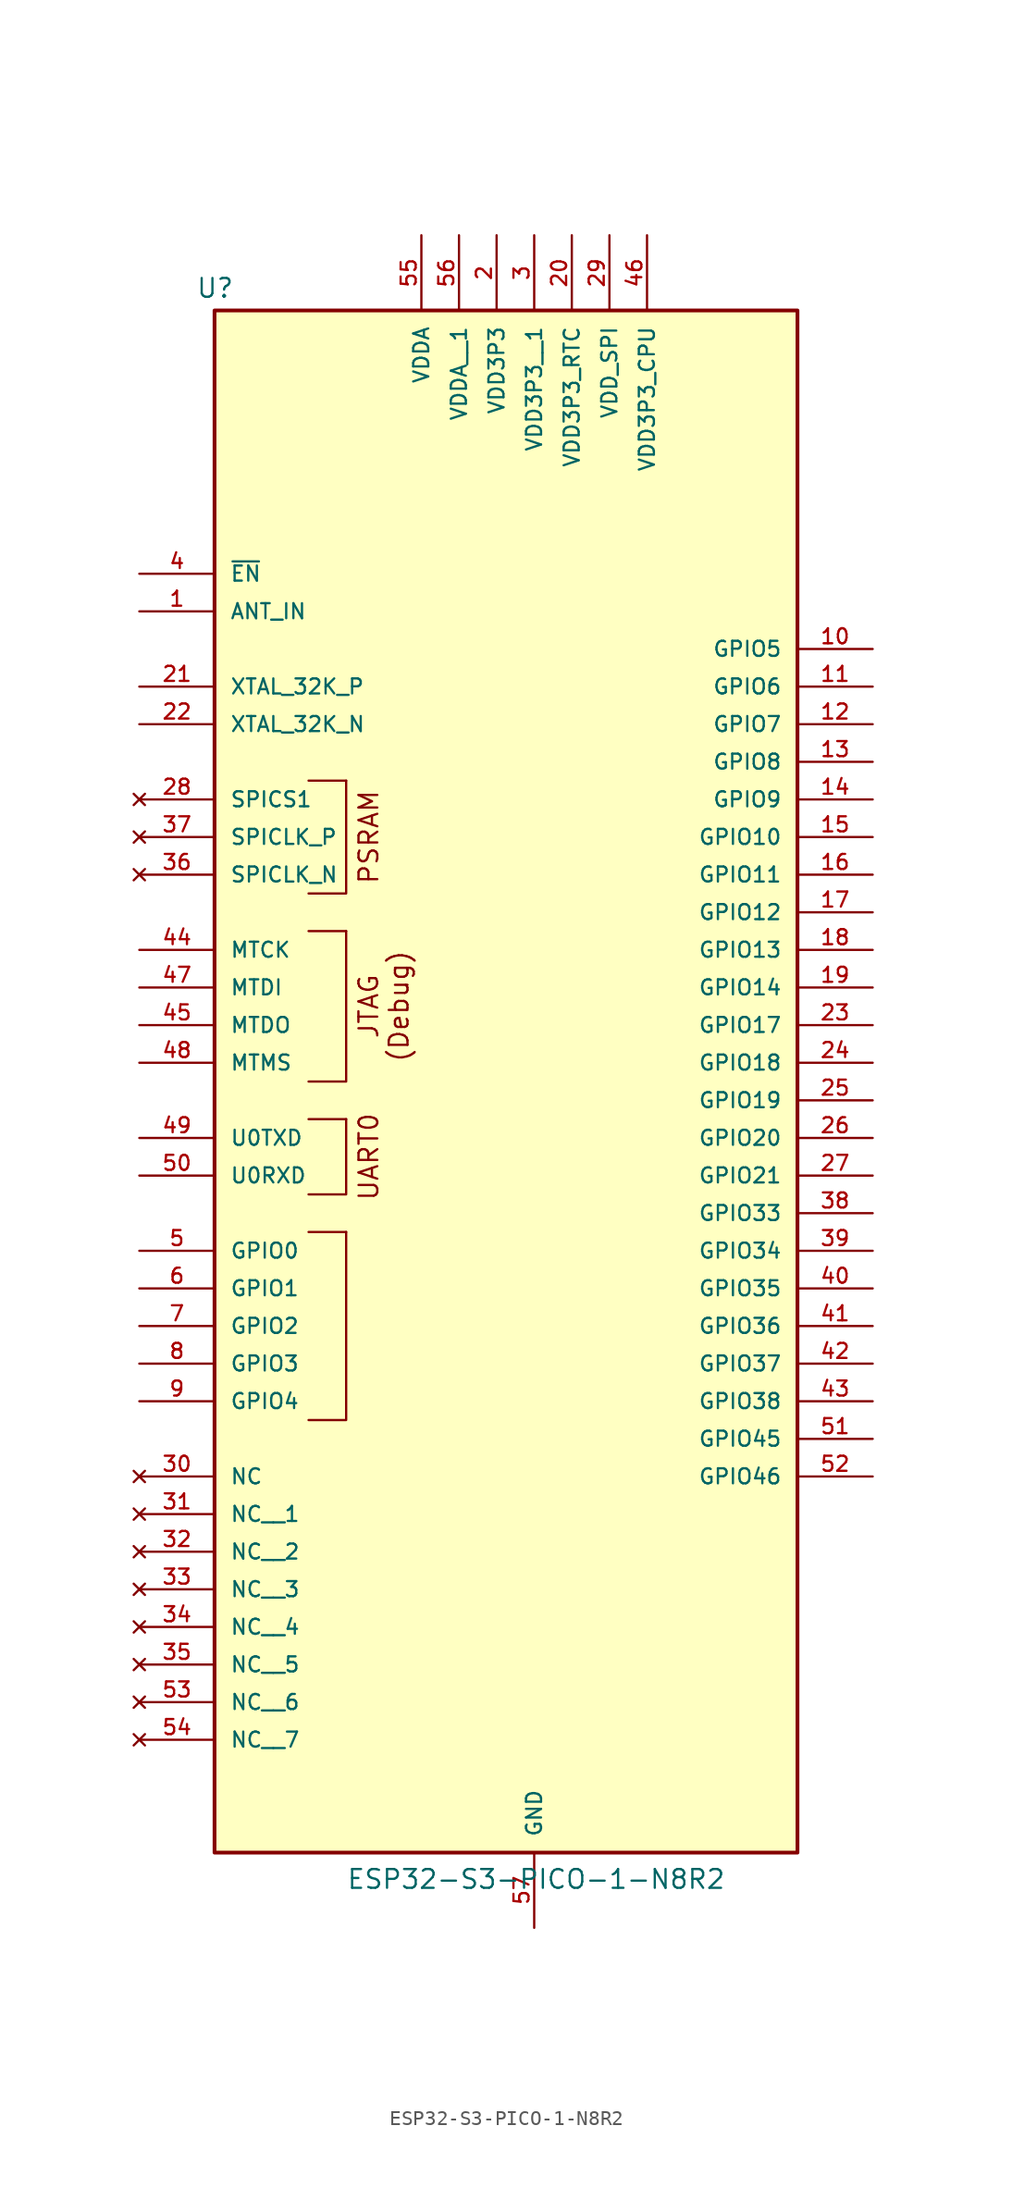
<source format=kicad_sym>
(kicad_symbol_lib
  (version 20231120)
  (generator "kicad_symbol_editor")
  (generator_version "8.0")
  (symbol "ESP32-S3-PICO-1-N8R2"
    (pin_names
      (offset 1.016))
    (property "Reference" "U"
      (at -22.86 43.942 0)
      (effects (font (size 1.27 1.27)) (justify left bottom)))
    (property "Value" "ESP32-S3-PICO-1-N8R2"
      (at -12.7 -63.5 0)
      (effects (font (size 1.27 1.27)) (justify left bottom)))
    (symbol "ESP32-S3-PICO-1-N8R2_0_0"
      (rectangle (start -21.59 43.18) (end 17.78 -60.96) (stroke (width 0.254) (type default)) (fill (type background)))
      (pin bidirectional line (at 22.86 20.32 180) (length 5.08) (name "GPIO5" (effects (font (size 1.016 1.016)))) (number "10" (effects (font (size 1.016 1.016)))))
      (pin bidirectional line (at 22.86 17.78 180) (length 5.08) (name "GPIO6" (effects (font (size 1.016 1.016)))) (number "11" (effects (font (size 1.016 1.016)))))
      (pin bidirectional line (at 22.86 15.24 180) (length 5.08) (name "GPIO7" (effects (font (size 1.016 1.016)))) (number "12" (effects (font (size 1.016 1.016)))))
      (pin bidirectional line (at 22.86 12.7 180) (length 5.08) (name "GPIO8" (effects (font (size 1.016 1.016)))) (number "13" (effects (font (size 1.016 1.016)))))
      (pin bidirectional line (at 22.86 10.16 180) (length 5.08) (name "GPIO9" (effects (font (size 1.016 1.016)))) (number "14" (effects (font (size 1.016 1.016)))))
      (pin bidirectional line (at 22.86 7.62 180) (length 5.08) (name "GPIO10" (effects (font (size 1.016 1.016)))) (number "15" (effects (font (size 1.016 1.016)))))
      (pin bidirectional line (at 22.86 5.08 180) (length 5.08) (name "GPIO11" (effects (font (size 1.016 1.016)))) (number "16" (effects (font (size 1.016 1.016)))))
      (pin bidirectional line (at 22.86 2.54 180) (length 5.08) (name "GPIO12" (effects (font (size 1.016 1.016)))) (number "17" (effects (font (size 1.016 1.016)))))
      (pin bidirectional line (at 22.86 0 180) (length 5.08) (name "GPIO13" (effects (font (size 1.016 1.016)))) (number "18" (effects (font (size 1.016 1.016)))))
      (pin bidirectional line (at 22.86 -2.54 180) (length 5.08) (name "GPIO14" (effects (font (size 1.016 1.016)))) (number "19" (effects (font (size 1.016 1.016)))))
      (pin power_in line (at -2.54 48.26 270) (length 5.08) (name "VDD3P3" (effects (font (size 1.016 1.016)))) (number "2" (effects (font (size 1.016 1.016)))))
      (pin power_in line (at 2.54 48.26 270) (length 5.08) (name "VDD3P3_RTC" (effects (font (size 1.016 1.016)))) (number "20" (effects (font (size 1.016 1.016)))))
      (pin bidirectional line (at -26.67 17.78 0) (length 5.08) (name "XTAL_32K_P" (effects (font (size 1.016 1.016)))) (number "21" (effects (font (size 1.016 1.016)))))
      (pin bidirectional line (at -26.67 15.24 0) (length 5.08) (name "XTAL_32K_N" (effects (font (size 1.016 1.016)))) (number "22" (effects (font (size 1.016 1.016)))))
      (pin bidirectional line (at 22.86 -5.08 180) (length 5.08) (name "GPIO17" (effects (font (size 1.016 1.016)))) (number "23" (effects (font (size 1.016 1.016)))))
      (pin bidirectional line (at 22.86 -7.62 180) (length 5.08) (name "GPIO18" (effects (font (size 1.016 1.016)))) (number "24" (effects (font (size 1.016 1.016)))))
      (pin bidirectional line (at 22.86 -10.16 180) (length 5.08) (name "GPIO19" (effects (font (size 1.016 1.016)))) (number "25" (effects (font (size 1.016 1.016)))))
      (pin bidirectional line (at 22.86 -12.7 180) (length 5.08) (name "GPIO20" (effects (font (size 1.016 1.016)))) (number "26" (effects (font (size 1.016 1.016)))))
      (pin bidirectional line (at 22.86 -15.24 180) (length 5.08) (name "GPIO21" (effects (font (size 1.016 1.016)))) (number "27" (effects (font (size 1.016 1.016)))))
      (pin power_in line (at 5.08 48.26 270) (length 5.08) (name "VDD_SPI" (effects (font (size 1.016 1.016)))) (number "29" (effects (font (size 1.016 1.016)))))
      (pin power_in line (at 0 48.26 270) (length 5.08) (name "VDD3P3__1" (effects (font (size 1.016 1.016)))) (number "3" (effects (font (size 1.016 1.016)))))
      (pin no_connect line (at -26.67 -35.56 0) (length 5.08) (name "NC" (effects (font (size 1.016 1.016)))) (number "30" (effects (font (size 1.016 1.016)))))
      (pin no_connect line (at -26.67 -38.1 0) (length 5.08) (name "NC__1" (effects (font (size 1.016 1.016)))) (number "31" (effects (font (size 1.016 1.016)))))
      (pin no_connect line (at -26.67 -40.64 0) (length 5.08) (name "NC__2" (effects (font (size 1.016 1.016)))) (number "32" (effects (font (size 1.016 1.016)))))
      (pin no_connect line (at -26.67 -43.18 0) (length 5.08) (name "NC__3" (effects (font (size 1.016 1.016)))) (number "33" (effects (font (size 1.016 1.016)))))
      (pin no_connect line (at -26.67 -45.72 0) (length 5.08) (name "NC__4" (effects (font (size 1.016 1.016)))) (number "34" (effects (font (size 1.016 1.016)))))
      (pin no_connect line (at -26.67 -48.26 0) (length 5.08) (name "NC__5" (effects (font (size 1.016 1.016)))) (number "35" (effects (font (size 1.016 1.016)))))
      (pin no_connect line (at -26.67 5.08 0) (length 5.08) (name "SPICLK_N" (effects (font (size 1.016 1.016)))) (number "36" (effects (font (size 1.016 1.016)))))
      (pin no_connect line (at -26.67 7.62 0) (length 5.08) (name "SPICLK_P" (effects (font (size 1.016 1.016)))) (number "37" (effects (font (size 1.016 1.016)))))
      (pin bidirectional line (at 22.86 -17.78 180) (length 5.08) (name "GPIO33" (effects (font (size 1.016 1.016)))) (number "38" (effects (font (size 1.016 1.016)))))
      (pin bidirectional line (at 22.86 -20.32 180) (length 5.08) (name "GPIO34" (effects (font (size 1.016 1.016)))) (number "39" (effects (font (size 1.016 1.016)))))
      (pin bidirectional line (at 22.86 -22.86 180) (length 5.08) (name "GPIO35" (effects (font (size 1.016 1.016)))) (number "40" (effects (font (size 1.016 1.016)))))
      (pin bidirectional line (at 22.86 -25.4 180) (length 5.08) (name "GPIO36" (effects (font (size 1.016 1.016)))) (number "41" (effects (font (size 1.016 1.016)))))
      (pin bidirectional line (at 22.86 -27.94 180) (length 5.08) (name "GPIO37" (effects (font (size 1.016 1.016)))) (number "42" (effects (font (size 1.016 1.016)))))
      (pin bidirectional line (at 22.86 -30.48 180) (length 5.08) (name "GPIO38" (effects (font (size 1.016 1.016)))) (number "43" (effects (font (size 1.016 1.016)))))
      (pin bidirectional line (at -26.67 0 0) (length 5.08) (name "MTCK" (effects (font (size 1.016 1.016)))) (number "44" (effects (font (size 1.016 1.016)))))
      (pin bidirectional line (at -26.67 -5.08 0) (length 5.08) (name "MTDO" (effects (font (size 1.016 1.016)))) (number "45" (effects (font (size 1.016 1.016)))))
      (pin power_in line (at 7.62 48.26 270) (length 5.08) (name "VDD3P3_CPU" (effects (font (size 1.016 1.016)))) (number "46" (effects (font (size 1.016 1.016)))))
      (pin bidirectional line (at -26.67 -2.54 0) (length 5.08) (name "MTDI" (effects (font (size 1.016 1.016)))) (number "47" (effects (font (size 1.016 1.016)))))
      (pin bidirectional line (at -26.67 -7.62 0) (length 5.08) (name "MTMS" (effects (font (size 1.016 1.016)))) (number "48" (effects (font (size 1.016 1.016)))))
      (pin bidirectional line (at -26.67 -12.7 0) (length 5.08) (name "U0TXD" (effects (font (size 1.016 1.016)))) (number "49" (effects (font (size 1.016 1.016)))))
      (pin bidirectional line (at -26.67 -20.32 0) (length 5.08) (name "GPIO0" (effects (font (size 1.016 1.016)))) (number "5" (effects (font (size 1.016 1.016)))))
      (pin bidirectional line (at -26.67 -15.24 0) (length 5.08) (name "U0RXD" (effects (font (size 1.016 1.016)))) (number "50" (effects (font (size 1.016 1.016)))))
      (pin bidirectional line (at 22.86 -33.02 180) (length 5.08) (name "GPIO45" (effects (font (size 1.016 1.016)))) (number "51" (effects (font (size 1.016 1.016)))))
      (pin bidirectional line (at 22.86 -35.56 180) (length 5.08) (name "GPIO46" (effects (font (size 1.016 1.016)))) (number "52" (effects (font (size 1.016 1.016)))))
      (pin no_connect line (at -26.67 -50.8 0) (length 5.08) (name "NC__6" (effects (font (size 1.016 1.016)))) (number "53" (effects (font (size 1.016 1.016)))))
      (pin no_connect line (at -26.67 -53.34 0) (length 5.08) (name "NC__7" (effects (font (size 1.016 1.016)))) (number "54" (effects (font (size 1.016 1.016)))))
      (pin power_in line (at -7.62 48.26 270) (length 5.08) (name "VDDA" (effects (font (size 1.016 1.016)))) (number "55" (effects (font (size 1.016 1.016)))))
      (pin power_in line (at -5.08 48.26 270) (length 5.08) (name "VDDA__1" (effects (font (size 1.016 1.016)))) (number "56" (effects (font (size 1.016 1.016)))))
      (pin power_in line (at 0 -66.04 90) (length 5.08) (name "GND" (effects (font (size 1.016 1.016)))) (number "57" (effects (font (size 1.016 1.016)))))
      (pin bidirectional line (at -26.67 -22.86 0) (length 5.08) (name "GPIO1" (effects (font (size 1.016 1.016)))) (number "6" (effects (font (size 1.016 1.016)))))
      (pin bidirectional line (at -26.67 -25.4 0) (length 5.08) (name "GPIO2" (effects (font (size 1.016 1.016)))) (number "7" (effects (font (size 1.016 1.016)))))
      (pin bidirectional line (at -26.67 -27.94 0) (length 5.08) (name "GPIO3" (effects (font (size 1.016 1.016)))) (number "8" (effects (font (size 1.016 1.016)))))
      (pin bidirectional line (at -26.67 -30.48 0) (length 5.08) (name "GPIO4" (effects (font (size 1.016 1.016)))) (number "9" (effects (font (size 1.016 1.016))))))
    (symbol "ESP32-S3-PICO-1-N8R2_0_1"
      (polyline (pts (xy -15.24 -19.05) (xy -12.7 -19.05)) (stroke (width 0) (type default)) (fill (type none)))
      (polyline (pts (xy -15.24 -11.43) (xy -12.7 -11.43)) (stroke (width 0) (type default)) (fill (type none)))
      (polyline (pts (xy -15.24 1.27) (xy -12.7 1.27)) (stroke (width 0) (type default)) (fill (type none)))
      (polyline (pts (xy -15.24 11.43) (xy -12.7 11.43)) (stroke (width 0) (type default)) (fill (type none)))
      (polyline (pts (xy -12.7 -19.05) (xy -12.7 -31.75) (xy -15.24 -31.75)) (stroke (width 0) (type default)) (fill (type none)))
      (polyline (pts (xy -12.7 -11.43) (xy -12.7 -16.51) (xy -15.24 -16.51)) (stroke (width 0) (type default)) (fill (type none)))
      (polyline (pts (xy -12.7 1.27) (xy -12.7 -8.89) (xy -15.24 -8.89)) (stroke (width 0) (type default)) (fill (type none)))
      (polyline (pts (xy -12.7 11.43) (xy -12.7 3.81) (xy -15.24 3.81)) (stroke (width 0) (type default)) (fill (type none))))
    (symbol "ESP32-S3-PICO-1-N8R2_1_0"
      (pin bidirectional line (at -26.67 22.86 0) (length 5.08) (name "ANT_IN" (effects (font (size 1.016 1.016)))) (number "1" (effects (font (size 1.016 1.016)))))
      (pin no_connect line (at -26.67 10.16 0) (length 5.08) (name "SPICS1" (effects (font (size 1.016 1.016)))) (number "28" (effects (font (size 1.016 1.016)))))
      (pin input line (at -26.67 25.4 0) (length 5.08) (name "~{EN}" (effects (font (size 1.016 1.016)))) (number "4" (effects (font (size 1.016 1.016))))))
    (symbol "ESP32-S3-PICO-1-N8R2_1_1"
      (text "JTAG\n(Debug)" (at -10.16 -3.81 900) (effects (font (size 1.27 1.27))))
      (text "PSRAM" (at -11.176 7.62 900) (effects (font (size 1.27 1.27))))
      (text "UART0" (at -11.176 -13.97 900) (effects (font (size 1.27 1.27)))))))
</source>
